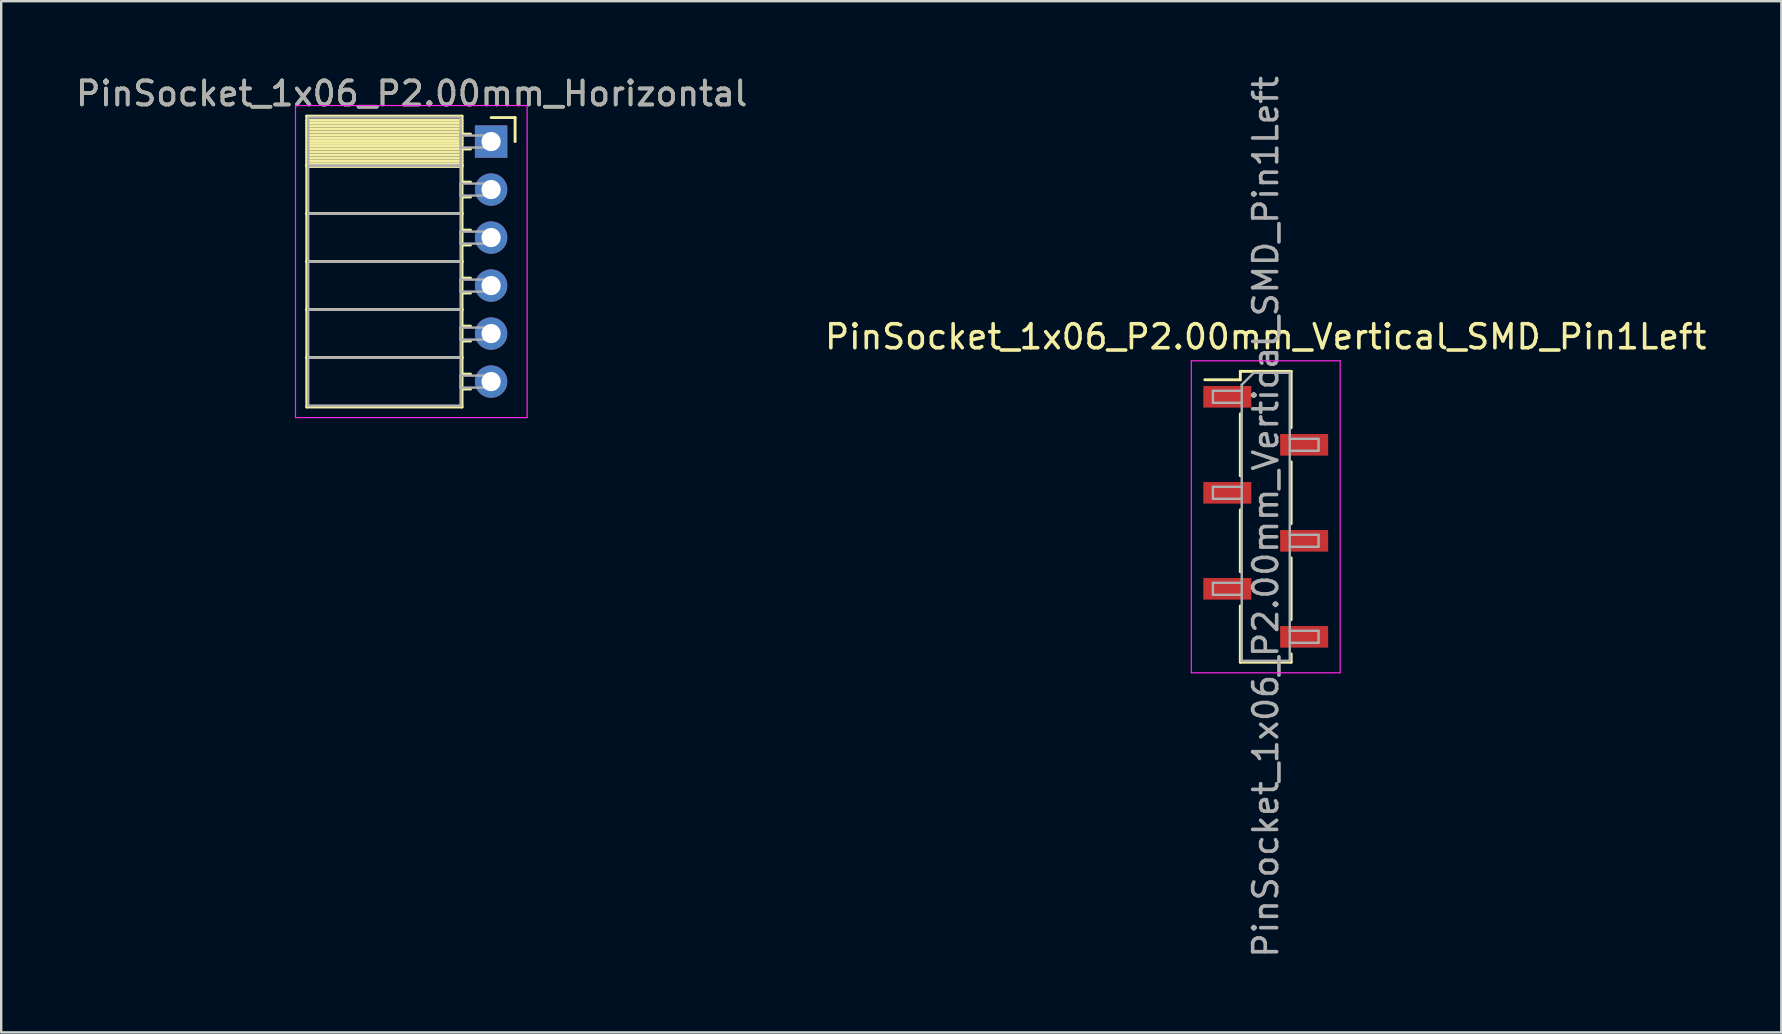
<source format=kicad_pcb>
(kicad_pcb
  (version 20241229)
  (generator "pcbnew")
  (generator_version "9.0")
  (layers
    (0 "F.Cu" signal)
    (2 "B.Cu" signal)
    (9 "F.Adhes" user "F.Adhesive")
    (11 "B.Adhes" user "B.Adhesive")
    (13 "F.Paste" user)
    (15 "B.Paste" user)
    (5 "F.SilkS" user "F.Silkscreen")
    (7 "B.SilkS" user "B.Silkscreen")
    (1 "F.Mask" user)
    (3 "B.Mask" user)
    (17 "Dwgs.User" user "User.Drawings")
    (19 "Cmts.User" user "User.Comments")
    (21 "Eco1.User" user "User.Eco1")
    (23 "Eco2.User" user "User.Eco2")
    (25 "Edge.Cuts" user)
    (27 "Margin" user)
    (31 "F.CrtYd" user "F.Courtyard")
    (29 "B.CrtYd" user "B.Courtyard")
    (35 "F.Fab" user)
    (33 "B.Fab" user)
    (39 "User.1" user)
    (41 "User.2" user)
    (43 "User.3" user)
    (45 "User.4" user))
  (footprint "PinSocket_1x06_P2.00mm_Vertical_SMD_Pin1Left"
    (layer "F.Cu")
    (at 49.685 18.482)
    (property "Reference" "PinSocket_1x06_P2.00mm_Vertical_SMD_Pin1Left" (at 0 -7.5 0) (layer "F.SilkS") (effects (font (size 1 1) (thickness 0.15))))
    (attr smd)
    (fp_line (start -2.54 -5.71) (end -1.06 -5.71) (stroke (width 0.12) (type solid)) (layer "F.SilkS"))
    (fp_line (start -1.06 -6.06) (end -1.06 -5.71) (stroke (width 0.12) (type solid)) (layer "F.SilkS"))
    (fp_line (start -1.06 -6.06) (end 1.06 -6.06) (stroke (width 0.12) (type solid)) (layer "F.SilkS"))
    (fp_line (start -1.06 -4.29) (end -1.06 -1.71) (stroke (width 0.12) (type solid)) (layer "F.SilkS"))
    (fp_line (start -1.06 -0.29) (end -1.06 2.29) (stroke (width 0.12) (type solid)) (layer "F.SilkS"))
    (fp_line (start -1.06 3.71) (end -1.06 6.06) (stroke (width 0.12) (type solid)) (layer "F.SilkS"))
    (fp_line (start -1.06 6.06) (end 1.06 6.06) (stroke (width 0.12) (type solid)) (layer "F.SilkS"))
    (fp_line (start 1.06 -6.06) (end 1.06 -3.71) (stroke (width 0.12) (type solid)) (layer "F.SilkS"))
    (fp_line (start 1.06 -2.29) (end 1.06 0.29) (stroke (width 0.12) (type solid)) (layer "F.SilkS"))
    (fp_line (start 1.06 1.71) (end 1.06 4.29) (stroke (width 0.12) (type solid)) (layer "F.SilkS"))
    (fp_line (start 1.06 5.71) (end 1.06 6.06) (stroke (width 0.12) (type solid)) (layer "F.SilkS"))
    (fp_line (start -3.1 -6.5) (end 3.1 -6.5) (stroke (width 0.05) (type solid)) (layer "F.CrtYd"))
    (fp_line (start -3.1 6.5) (end -3.1 -6.5) (stroke (width 0.05) (type solid)) (layer "F.CrtYd"))
    (fp_line (start 3.1 -6.5) (end 3.1 6.5) (stroke (width 0.05) (type solid)) (layer "F.CrtYd"))
    (fp_line (start 3.1 6.5) (end -3.1 6.5) (stroke (width 0.05) (type solid)) (layer "F.CrtYd"))
    (fp_line (start -2.2 -5.25) (end -1 -5.25) (stroke (width 0.1) (type solid)) (layer "F.Fab"))
    (fp_line (start -2.2 -4.75) (end -2.2 -5.25) (stroke (width 0.1) (type solid)) (layer "F.Fab"))
    (fp_line (start -2.2 -1.25) (end -1 -1.25) (stroke (width 0.1) (type solid)) (layer "F.Fab"))
    (fp_line (start -2.2 -0.75) (end -2.2 -1.25) (stroke (width 0.1) (type solid)) (layer "F.Fab"))
    (fp_line (start -2.2 2.75) (end -1 2.75) (stroke (width 0.1) (type solid)) (layer "F.Fab"))
    (fp_line (start -2.2 3.25) (end -2.2 2.75) (stroke (width 0.1) (type solid)) (layer "F.Fab"))
    (fp_line (start -1 -5.5) (end -0.5 -6) (stroke (width 0.1) (type solid)) (layer "F.Fab"))
    (fp_line (start -1 -4.75) (end -2.2 -4.75) (stroke (width 0.1) (type solid)) (layer "F.Fab"))
    (fp_line (start -1 -0.75) (end -2.2 -0.75) (stroke (width 0.1) (type solid)) (layer "F.Fab"))
    (fp_line (start -1 3.25) (end -2.2 3.25) (stroke (width 0.1) (type solid)) (layer "F.Fab"))
    (fp_line (start -1 6) (end -1 -5.5) (stroke (width 0.1) (type solid)) (layer "F.Fab"))
    (fp_line (start -0.5 -6) (end 1 -6) (stroke (width 0.1) (type solid)) (layer "F.Fab"))
    (fp_line (start 1 -6) (end 1 6) (stroke (width 0.1) (type solid)) (layer "F.Fab"))
    (fp_line (start 1 -3.25) (end 2.2 -3.25) (stroke (width 0.1) (type solid)) (layer "F.Fab"))
    (fp_line (start 1 0.75) (end 2.2 0.75) (stroke (width 0.1) (type solid)) (layer "F.Fab"))
    (fp_line (start 1 4.75) (end 2.2 4.75) (stroke (width 0.1) (type solid)) (layer "F.Fab"))
    (fp_line (start 1 6) (end -1 6) (stroke (width 0.1) (type solid)) (layer "F.Fab"))
    (fp_line (start 2.2 -3.25) (end 2.2 -2.75) (stroke (width 0.1) (type solid)) (layer "F.Fab"))
    (fp_line (start 2.2 -2.75) (end 1 -2.75) (stroke (width 0.1) (type solid)) (layer "F.Fab"))
    (fp_line (start 2.2 0.75) (end 2.2 1.25) (stroke (width 0.1) (type solid)) (layer "F.Fab"))
    (fp_line (start 2.2 1.25) (end 1 1.25) (stroke (width 0.1) (type solid)) (layer "F.Fab"))
    (fp_line (start 2.2 4.75) (end 2.2 5.25) (stroke (width 0.1) (type solid)) (layer "F.Fab"))
    (fp_line (start 2.2 5.25) (end 1 5.25) (stroke (width 0.1) (type solid)) (layer "F.Fab"))
    (fp_text user "${REFERENCE}" (at 0 0 90) (layer "F.Fab") (effects (font (size 1 1) (thickness 0.15))))
    (pad "1" smd rect (at -1.6 -5) (size 2 0.9) (layers "F.Cu" "F.Mask" "F.Paste"))
    (pad "2" smd rect (at 1.6 -3) (size 2 0.9) (layers "F.Cu" "F.Mask" "F.Paste"))
    (pad "3" smd rect (at -1.6 -1) (size 2 0.9) (layers "F.Cu" "F.Mask" "F.Paste"))
    (pad "4" smd rect (at 1.6 1) (size 2 0.9) (layers "F.Cu" "F.Mask" "F.Paste"))
    (pad "5" smd rect (at -1.6 3) (size 2 0.9) (layers "F.Cu" "F.Mask" "F.Paste"))
    (pad "6" smd rect (at 1.6 5) (size 2 0.9) (layers "F.Cu" "F.Mask" "F.Paste")))
  (footprint "PinSocket_1x06_P2.00mm_Horizontal"
    (layer "F.Cu")
    (at 17.411 2.848)
    (property "Reference" "PinSocket_1x06_P2.00mm_Horizontal" (at -3.31 -2 0) (layer "F.SilkS") (effects (font (size 1 1) (thickness 0.15))))
    (attr through_hole)
    (fp_line (start -7.68 -1.06) (end -1.21 -1.06) (stroke (width 0.12) (type solid)) (layer "F.SilkS"))
    (fp_line (start -7.68 1) (end -7.68 -1.06) (stroke (width 0.12) (type solid)) (layer "F.SilkS"))
    (fp_line (start -7.68 1) (end -1.21 1) (stroke (width 0.12) (type solid)) (layer "F.SilkS"))
    (fp_line (start -7.68 3) (end -7.68 1) (stroke (width 0.12) (type solid)) (layer "F.SilkS"))
    (fp_line (start -7.68 3) (end -1.21 3) (stroke (width 0.12) (type solid)) (layer "F.SilkS"))
    (fp_line (start -7.68 5) (end -7.68 3) (stroke (width 0.12) (type solid)) (layer "F.SilkS"))
    (fp_line (start -7.68 5) (end -1.21 5) (stroke (width 0.12) (type solid)) (layer "F.SilkS"))
    (fp_line (start -7.68 7) (end -7.68 5) (stroke (width 0.12) (type solid)) (layer "F.SilkS"))
    (fp_line (start -7.68 7) (end -1.21 7) (stroke (width 0.12) (type solid)) (layer "F.SilkS"))
    (fp_line (start -7.68 9) (end -7.68 7) (stroke (width 0.12) (type solid)) (layer "F.SilkS"))
    (fp_line (start -7.68 9) (end -1.21 9) (stroke (width 0.12) (type solid)) (layer "F.SilkS"))
    (fp_line (start -7.68 11.06) (end -7.68 9) (stroke (width 0.12) (type solid)) (layer "F.SilkS"))
    (fp_line (start -1.21 -1.06) (end -1.21 1) (stroke (width 0.12) (type solid)) (layer "F.SilkS"))
    (fp_line (start -1.21 -0.88) (end -7.68 -0.88) (stroke (width 0.12) (type solid)) (layer "F.SilkS"))
    (fp_line (start -1.21 -0.76) (end -7.68 -0.76) (stroke (width 0.12) (type solid)) (layer "F.SilkS"))
    (fp_line (start -1.21 -0.64) (end -7.68 -0.64) (stroke (width 0.12) (type solid)) (layer "F.SilkS"))
    (fp_line (start -1.21 -0.52) (end -7.68 -0.52) (stroke (width 0.12) (type solid)) (layer "F.SilkS"))
    (fp_line (start -1.21 -0.4) (end -7.68 -0.4) (stroke (width 0.12) (type solid)) (layer "F.SilkS"))
    (fp_line (start -1.21 -0.28) (end -7.68 -0.28) (stroke (width 0.12) (type solid)) (layer "F.SilkS"))
    (fp_line (start -1.21 -0.16) (end -7.68 -0.16) (stroke (width 0.12) (type solid)) (layer "F.SilkS"))
    (fp_line (start -1.21 -0.04) (end -7.68 -0.04) (stroke (width 0.12) (type solid)) (layer "F.SilkS"))
    (fp_line (start -1.21 0.08) (end -7.68 0.08) (stroke (width 0.12) (type solid)) (layer "F.SilkS"))
    (fp_line (start -1.21 0.2) (end -7.68 0.2) (stroke (width 0.12) (type solid)) (layer "F.SilkS"))
    (fp_line (start -1.21 0.32) (end -7.68 0.32) (stroke (width 0.12) (type solid)) (layer "F.SilkS"))
    (fp_line (start -1.21 0.44) (end -7.68 0.44) (stroke (width 0.12) (type solid)) (layer "F.SilkS"))
    (fp_line (start -1.21 0.56) (end -7.68 0.56) (stroke (width 0.12) (type solid)) (layer "F.SilkS"))
    (fp_line (start -1.21 0.68) (end -7.68 0.68) (stroke (width 0.12) (type solid)) (layer "F.SilkS"))
    (fp_line (start -1.21 0.8) (end -7.68 0.8) (stroke (width 0.12) (type solid)) (layer "F.SilkS"))
    (fp_line (start -1.21 0.92) (end -7.68 0.92) (stroke (width 0.12) (type solid)) (layer "F.SilkS"))
    (fp_line (start -1.21 1) (end -7.68 1) (stroke (width 0.12) (type solid)) (layer "F.SilkS"))
    (fp_line (start -1.21 1) (end -1.21 3) (stroke (width 0.12) (type solid)) (layer "F.SilkS"))
    (fp_line (start -1.21 1.04) (end -7.68 1.04) (stroke (width 0.12) (type solid)) (layer "F.SilkS"))
    (fp_line (start -1.21 3) (end -7.68 3) (stroke (width 0.12) (type solid)) (layer "F.SilkS"))
    (fp_line (start -1.21 3) (end -1.21 5) (stroke (width 0.12) (type solid)) (layer "F.SilkS"))
    (fp_line (start -1.21 5) (end -7.68 5) (stroke (width 0.12) (type solid)) (layer "F.SilkS"))
    (fp_line (start -1.21 5) (end -1.21 7) (stroke (width 0.12) (type solid)) (layer "F.SilkS"))
    (fp_line (start -1.21 7) (end -7.68 7) (stroke (width 0.12) (type solid)) (layer "F.SilkS"))
    (fp_line (start -1.21 7) (end -1.21 9) (stroke (width 0.12) (type solid)) (layer "F.SilkS"))
    (fp_line (start -1.21 9) (end -7.68 9) (stroke (width 0.12) (type solid)) (layer "F.SilkS"))
    (fp_line (start -1.21 9) (end -1.21 11.06) (stroke (width 0.12) (type solid)) (layer "F.SilkS"))
    (fp_line (start -1.21 11.06) (end -7.68 11.06) (stroke (width 0.12) (type solid)) (layer "F.SilkS"))
    (fp_line (start -0.855 -0.31) (end -1.21 -0.31) (stroke (width 0.12) (type solid)) (layer "F.SilkS"))
    (fp_line (start -0.855 0.31) (end -1.21 0.31) (stroke (width 0.12) (type solid)) (layer "F.SilkS"))
    (fp_line (start -0.855 1.69) (end -1.21 1.69) (stroke (width 0.12) (type solid)) (layer "F.SilkS"))
    (fp_line (start -0.855 2.31) (end -1.21 2.31) (stroke (width 0.12) (type solid)) (layer "F.SilkS"))
    (fp_line (start -0.855 3.69) (end -1.21 3.69) (stroke (width 0.12) (type solid)) (layer "F.SilkS"))
    (fp_line (start -0.855 4.31) (end -1.21 4.31) (stroke (width 0.12) (type solid)) (layer "F.SilkS"))
    (fp_line (start -0.855 5.69) (end -1.21 5.69) (stroke (width 0.12) (type solid)) (layer "F.SilkS"))
    (fp_line (start -0.855 6.31) (end -1.21 6.31) (stroke (width 0.12) (type solid)) (layer "F.SilkS"))
    (fp_line (start -0.855 7.69) (end -1.21 7.69) (stroke (width 0.12) (type solid)) (layer "F.SilkS"))
    (fp_line (start -0.855 8.31) (end -1.21 8.31) (stroke (width 0.12) (type solid)) (layer "F.SilkS"))
    (fp_line (start -0.855 9.69) (end -1.21 9.69) (stroke (width 0.12) (type solid)) (layer "F.SilkS"))
    (fp_line (start -0.855 10.31) (end -1.21 10.31) (stroke (width 0.12) (type solid)) (layer "F.SilkS"))
    (fp_line (start 0 -1) (end 1 -1) (stroke (width 0.12) (type solid)) (layer "F.SilkS"))
    (fp_line (start 1 -1) (end 1 0) (stroke (width 0.12) (type solid)) (layer "F.SilkS"))
    (fp_line (start -8.15 -1.5) (end 1.5 -1.5) (stroke (width 0.05) (type solid)) (layer "F.CrtYd"))
    (fp_line (start -8.15 11.5) (end -8.15 -1.5) (stroke (width 0.05) (type solid)) (layer "F.CrtYd"))
    (fp_line (start 1.5 -1.5) (end 1.5 11.5) (stroke (width 0.05) (type solid)) (layer "F.CrtYd"))
    (fp_line (start 1.5 11.5) (end -8.15 11.5) (stroke (width 0.05) (type solid)) (layer "F.CrtYd"))
    (fp_line (start -7.62 -1) (end -1.27 -1) (stroke (width 0.1) (type solid)) (layer "F.Fab"))
    (fp_line (start -7.62 1) (end -7.62 -1) (stroke (width 0.1) (type solid)) (layer "F.Fab"))
    (fp_line (start -7.62 1) (end -1.27 1) (stroke (width 0.1) (type solid)) (layer "F.Fab"))
    (fp_line (start -7.62 3) (end -7.62 1) (stroke (width 0.1) (type solid)) (layer "F.Fab"))
    (fp_line (start -7.62 3) (end -1.27 3) (stroke (width 0.1) (type solid)) (layer "F.Fab"))
    (fp_line (start -7.62 5) (end -7.62 3) (stroke (width 0.1) (type solid)) (layer "F.Fab"))
    (fp_line (start -7.62 5) (end -1.27 5) (stroke (width 0.1) (type solid)) (layer "F.Fab"))
    (fp_line (start -7.62 7) (end -7.62 5) (stroke (width 0.1) (type solid)) (layer "F.Fab"))
    (fp_line (start -7.62 7) (end -1.27 7) (stroke (width 0.1) (type solid)) (layer "F.Fab"))
    (fp_line (start -7.62 9) (end -7.62 7) (stroke (width 0.1) (type solid)) (layer "F.Fab"))
    (fp_line (start -7.62 9) (end -1.27 9) (stroke (width 0.1) (type solid)) (layer "F.Fab"))
    (fp_line (start -7.62 11) (end -7.62 9) (stroke (width 0.1) (type solid)) (layer "F.Fab"))
    (fp_line (start -1.27 -1) (end -1.27 1) (stroke (width 0.1) (type solid)) (layer "F.Fab"))
    (fp_line (start -1.27 -0.25) (end 0 -0.25) (stroke (width 0.1) (type solid)) (layer "F.Fab"))
    (fp_line (start -1.27 0.25) (end -1.27 -0.25) (stroke (width 0.1) (type solid)) (layer "F.Fab"))
    (fp_line (start -1.27 1) (end -7.62 1) (stroke (width 0.1) (type solid)) (layer "F.Fab"))
    (fp_line (start -1.27 1) (end -1.27 3) (stroke (width 0.1) (type solid)) (layer "F.Fab"))
    (fp_line (start -1.27 1.75) (end 0 1.75) (stroke (width 0.1) (type solid)) (layer "F.Fab"))
    (fp_line (start -1.27 2.25) (end -1.27 1.75) (stroke (width 0.1) (type solid)) (layer "F.Fab"))
    (fp_line (start -1.27 3) (end -7.62 3) (stroke (width 0.1) (type solid)) (layer "F.Fab"))
    (fp_line (start -1.27 3) (end -1.27 5) (stroke (width 0.1) (type solid)) (layer "F.Fab"))
    (fp_line (start -1.27 3.75) (end 0 3.75) (stroke (width 0.1) (type solid)) (layer "F.Fab"))
    (fp_line (start -1.27 4.25) (end -1.27 3.75) (stroke (width 0.1) (type solid)) (layer "F.Fab"))
    (fp_line (start -1.27 5) (end -7.62 5) (stroke (width 0.1) (type solid)) (layer "F.Fab"))
    (fp_line (start -1.27 5) (end -1.27 7) (stroke (width 0.1) (type solid)) (layer "F.Fab"))
    (fp_line (start -1.27 5.75) (end 0 5.75) (stroke (width 0.1) (type solid)) (layer "F.Fab"))
    (fp_line (start -1.27 6.25) (end -1.27 5.75) (stroke (width 0.1) (type solid)) (layer "F.Fab"))
    (fp_line (start -1.27 7) (end -7.62 7) (stroke (width 0.1) (type solid)) (layer "F.Fab"))
    (fp_line (start -1.27 7) (end -1.27 9) (stroke (width 0.1) (type solid)) (layer "F.Fab"))
    (fp_line (start -1.27 7.75) (end 0 7.75) (stroke (width 0.1) (type solid)) (layer "F.Fab"))
    (fp_line (start -1.27 8.25) (end -1.27 7.75) (stroke (width 0.1) (type solid)) (layer "F.Fab"))
    (fp_line (start -1.27 9) (end -7.62 9) (stroke (width 0.1) (type solid)) (layer "F.Fab"))
    (fp_line (start -1.27 9) (end -1.27 11) (stroke (width 0.1) (type solid)) (layer "F.Fab"))
    (fp_line (start -1.27 9.75) (end 0 9.75) (stroke (width 0.1) (type solid)) (layer "F.Fab"))
    (fp_line (start -1.27 10.25) (end -1.27 9.75) (stroke (width 0.1) (type solid)) (layer "F.Fab"))
    (fp_line (start -1.27 11) (end -7.62 11) (stroke (width 0.1) (type solid)) (layer "F.Fab"))
    (fp_line (start 0 -0.25) (end 0 0.25) (stroke (width 0.1) (type solid)) (layer "F.Fab"))
    (fp_line (start 0 0.25) (end -1.27 0.25) (stroke (width 0.1) (type solid)) (layer "F.Fab"))
    (fp_line (start 0 1.75) (end 0 2.25) (stroke (width 0.1) (type solid)) (layer "F.Fab"))
    (fp_line (start 0 2.25) (end -1.27 2.25) (stroke (width 0.1) (type solid)) (layer "F.Fab"))
    (fp_line (start 0 3.75) (end 0 4.25) (stroke (width 0.1) (type solid)) (layer "F.Fab"))
    (fp_line (start 0 4.25) (end -1.27 4.25) (stroke (width 0.1) (type solid)) (layer "F.Fab"))
    (fp_line (start 0 5.75) (end 0 6.25) (stroke (width 0.1) (type solid)) (layer "F.Fab"))
    (fp_line (start 0 6.25) (end -1.27 6.25) (stroke (width 0.1) (type solid)) (layer "F.Fab"))
    (fp_line (start 0 7.75) (end 0 8.25) (stroke (width 0.1) (type solid)) (layer "F.Fab"))
    (fp_line (start 0 8.25) (end -1.27 8.25) (stroke (width 0.1) (type solid)) (layer "F.Fab"))
    (fp_line (start 0 9.75) (end 0 10.25) (stroke (width 0.1) (type solid)) (layer "F.Fab"))
    (fp_line (start 0 10.25) (end -1.27 10.25) (stroke (width 0.1) (type solid)) (layer "F.Fab"))
    (fp_text user "${REFERENCE}" (at -3.31 -2 0) (layer "F.Fab") (effects (font (size 1 1) (thickness 0.15))))
    (pad "1" thru_hole rect (at 0 0) (size 1.35 1.35) (drill 0.8) (layers "*.Cu" "*.Mask"))
    (pad "2" thru_hole oval (at 0 2) (size 1.35 1.35) (drill 0.8) (layers "*.Cu" "*.Mask"))
    (pad "3" thru_hole oval (at 0 4) (size 1.35 1.35) (drill 0.8) (layers "*.Cu" "*.Mask"))
    (pad "4" thru_hole oval (at 0 6) (size 1.35 1.35) (drill 0.8) (layers "*.Cu" "*.Mask"))
    (pad "5" thru_hole oval (at 0 8) (size 1.35 1.35) (drill 0.8) (layers "*.Cu" "*.Mask"))
    (pad "6" thru_hole oval (at 0 10) (size 1.35 1.35) (drill 0.8) (layers "*.Cu" "*.Mask")))
  (gr_rect
    (start -3 -3)
    (end 71.167 39.964)
    (stroke (width 0.1) (type default))
    (fill no)
    (layer "Edge.Cuts")))
</source>
